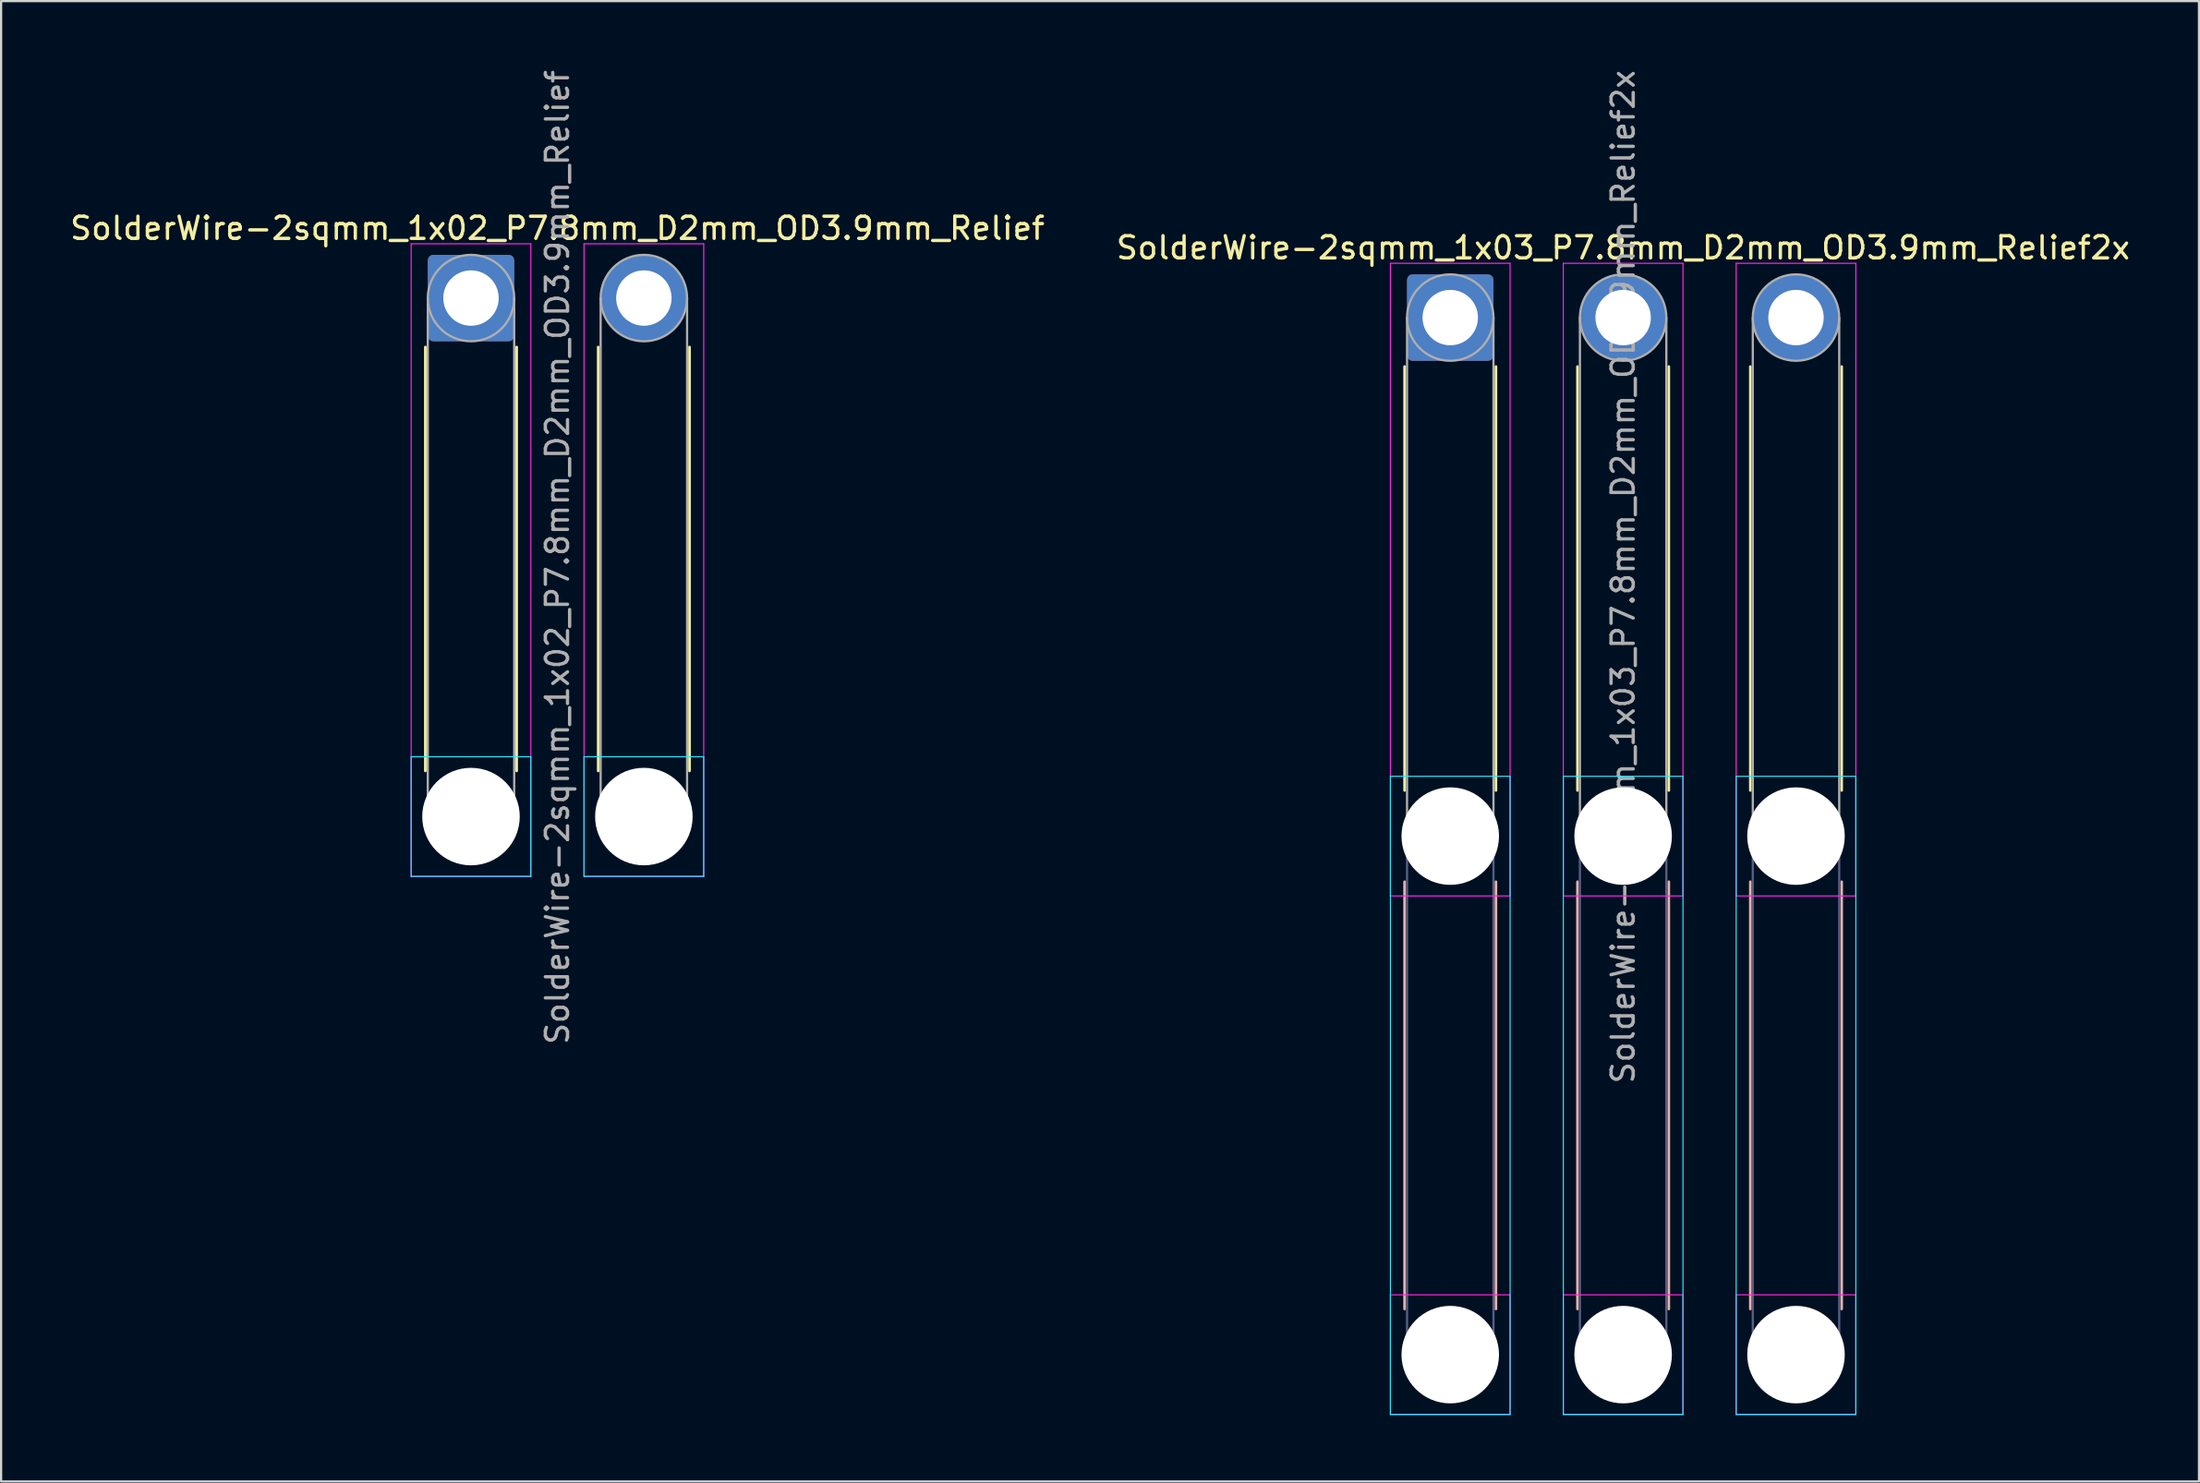
<source format=kicad_pcb>
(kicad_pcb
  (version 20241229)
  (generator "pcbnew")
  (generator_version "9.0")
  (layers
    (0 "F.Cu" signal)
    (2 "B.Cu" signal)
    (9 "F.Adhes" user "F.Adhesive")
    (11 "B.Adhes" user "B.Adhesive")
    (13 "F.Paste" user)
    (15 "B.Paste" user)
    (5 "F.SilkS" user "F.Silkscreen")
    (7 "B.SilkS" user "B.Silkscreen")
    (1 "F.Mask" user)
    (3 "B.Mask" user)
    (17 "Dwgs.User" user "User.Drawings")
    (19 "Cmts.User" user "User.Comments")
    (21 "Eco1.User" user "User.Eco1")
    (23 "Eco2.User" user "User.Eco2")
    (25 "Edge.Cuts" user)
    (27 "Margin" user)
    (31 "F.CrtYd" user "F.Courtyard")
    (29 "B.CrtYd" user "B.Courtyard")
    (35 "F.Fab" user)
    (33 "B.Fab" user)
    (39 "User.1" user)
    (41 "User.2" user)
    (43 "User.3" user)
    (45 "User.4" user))
  (footprint "SolderWire-2sqmm_1x03_P7.8mm_D2mm_OD3.9mm_Relief2x"
    (layer "F.Cu")
    (at 62.385 11.282)
    (property "Reference" "SolderWire-2sqmm_1x03_P7.8mm_D2mm_OD3.9mm_Relief2x" (at 7.8 -3.15 0) (layer "F.SilkS") (effects (font (size 1 1) (thickness 0.15))))
    (attr exclude_from_pos_files exclude_from_bom)
    (fp_line (start -2.06 2.21) (end -2.06 21.34) (stroke (width 0.12) (type solid)) (layer "F.SilkS"))
    (fp_line (start 2.06 2.21) (end 2.06 21.34) (stroke (width 0.12) (type solid)) (layer "F.SilkS"))
    (fp_line (start 5.74 2.21) (end 5.74 21.34) (stroke (width 0.12) (type solid)) (layer "F.SilkS"))
    (fp_line (start 9.86 2.21) (end 9.86 21.34) (stroke (width 0.12) (type solid)) (layer "F.SilkS"))
    (fp_line (start 13.54 2.21) (end 13.54 21.34) (stroke (width 0.12) (type solid)) (layer "F.SilkS"))
    (fp_line (start 17.66 2.21) (end 17.66 21.34) (stroke (width 0.12) (type solid)) (layer "F.SilkS"))
    (fp_line (start -2.06 25.46) (end -2.06 44.74) (stroke (width 0.12) (type solid)) (layer "B.SilkS"))
    (fp_line (start 2.06 25.46) (end 2.06 44.74) (stroke (width 0.12) (type solid)) (layer "B.SilkS"))
    (fp_line (start 5.74 25.46) (end 5.74 44.74) (stroke (width 0.12) (type solid)) (layer "B.SilkS"))
    (fp_line (start 9.86 25.46) (end 9.86 44.74) (stroke (width 0.12) (type solid)) (layer "B.SilkS"))
    (fp_line (start 13.54 25.46) (end 13.54 44.74) (stroke (width 0.12) (type solid)) (layer "B.SilkS"))
    (fp_line (start 17.66 25.46) (end 17.66 44.74) (stroke (width 0.12) (type solid)) (layer "B.SilkS"))
    (fp_line (start -2.7 20.7) (end -2.7 49.5) (stroke (width 0.05) (type solid)) (layer "B.CrtYd"))
    (fp_line (start -2.7 49.5) (end 2.7 49.5) (stroke (width 0.05) (type solid)) (layer "B.CrtYd"))
    (fp_line (start 2.7 20.7) (end -2.7 20.7) (stroke (width 0.05) (type solid)) (layer "B.CrtYd"))
    (fp_line (start 2.7 49.5) (end 2.7 20.7) (stroke (width 0.05) (type solid)) (layer "B.CrtYd"))
    (fp_line (start 5.1 20.7) (end 5.1 49.5) (stroke (width 0.05) (type solid)) (layer "B.CrtYd"))
    (fp_line (start 5.1 49.5) (end 10.5 49.5) (stroke (width 0.05) (type solid)) (layer "B.CrtYd"))
    (fp_line (start 10.5 20.7) (end 5.1 20.7) (stroke (width 0.05) (type solid)) (layer "B.CrtYd"))
    (fp_line (start 10.5 49.5) (end 10.5 20.7) (stroke (width 0.05) (type solid)) (layer "B.CrtYd"))
    (fp_line (start 12.9 20.7) (end 12.9 49.5) (stroke (width 0.05) (type solid)) (layer "B.CrtYd"))
    (fp_line (start 12.9 49.5) (end 18.3 49.5) (stroke (width 0.05) (type solid)) (layer "B.CrtYd"))
    (fp_line (start 18.3 20.7) (end 12.9 20.7) (stroke (width 0.05) (type solid)) (layer "B.CrtYd"))
    (fp_line (start 18.3 49.5) (end 18.3 20.7) (stroke (width 0.05) (type solid)) (layer "B.CrtYd"))
    (fp_line (start -2.7 -2.45) (end -2.7 26.1) (stroke (width 0.05) (type solid)) (layer "F.CrtYd"))
    (fp_line (start -2.7 26.1) (end 2.7 26.1) (stroke (width 0.05) (type solid)) (layer "F.CrtYd"))
    (fp_line (start -2.7 44.1) (end -2.7 49.5) (stroke (width 0.05) (type solid)) (layer "F.CrtYd"))
    (fp_line (start -2.7 49.5) (end 2.7 49.5) (stroke (width 0.05) (type solid)) (layer "F.CrtYd"))
    (fp_line (start 2.7 -2.45) (end -2.7 -2.45) (stroke (width 0.05) (type solid)) (layer "F.CrtYd"))
    (fp_line (start 2.7 26.1) (end 2.7 -2.45) (stroke (width 0.05) (type solid)) (layer "F.CrtYd"))
    (fp_line (start 2.7 44.1) (end -2.7 44.1) (stroke (width 0.05) (type solid)) (layer "F.CrtYd"))
    (fp_line (start 2.7 49.5) (end 2.7 44.1) (stroke (width 0.05) (type solid)) (layer "F.CrtYd"))
    (fp_line (start 5.1 -2.45) (end 5.1 26.1) (stroke (width 0.05) (type solid)) (layer "F.CrtYd"))
    (fp_line (start 5.1 26.1) (end 10.5 26.1) (stroke (width 0.05) (type solid)) (layer "F.CrtYd"))
    (fp_line (start 5.1 44.1) (end 5.1 49.5) (stroke (width 0.05) (type solid)) (layer "F.CrtYd"))
    (fp_line (start 5.1 49.5) (end 10.5 49.5) (stroke (width 0.05) (type solid)) (layer "F.CrtYd"))
    (fp_line (start 10.5 -2.45) (end 5.1 -2.45) (stroke (width 0.05) (type solid)) (layer "F.CrtYd"))
    (fp_line (start 10.5 26.1) (end 10.5 -2.45) (stroke (width 0.05) (type solid)) (layer "F.CrtYd"))
    (fp_line (start 10.5 44.1) (end 5.1 44.1) (stroke (width 0.05) (type solid)) (layer "F.CrtYd"))
    (fp_line (start 10.5 49.5) (end 10.5 44.1) (stroke (width 0.05) (type solid)) (layer "F.CrtYd"))
    (fp_line (start 12.9 -2.45) (end 12.9 26.1) (stroke (width 0.05) (type solid)) (layer "F.CrtYd"))
    (fp_line (start 12.9 26.1) (end 18.3 26.1) (stroke (width 0.05) (type solid)) (layer "F.CrtYd"))
    (fp_line (start 12.9 44.1) (end 12.9 49.5) (stroke (width 0.05) (type solid)) (layer "F.CrtYd"))
    (fp_line (start 12.9 49.5) (end 18.3 49.5) (stroke (width 0.05) (type solid)) (layer "F.CrtYd"))
    (fp_line (start 18.3 -2.45) (end 12.9 -2.45) (stroke (width 0.05) (type solid)) (layer "F.CrtYd"))
    (fp_line (start 18.3 26.1) (end 18.3 -2.45) (stroke (width 0.05) (type solid)) (layer "F.CrtYd"))
    (fp_line (start 18.3 44.1) (end 12.9 44.1) (stroke (width 0.05) (type solid)) (layer "F.CrtYd"))
    (fp_line (start 18.3 49.5) (end 18.3 44.1) (stroke (width 0.05) (type solid)) (layer "F.CrtYd"))
    (fp_line (start -1.95 23.4) (end -1.95 46.8) (stroke (width 0.1) (type solid)) (layer "B.Fab"))
    (fp_line (start 1.95 23.4) (end 1.95 46.8) (stroke (width 0.1) (type solid)) (layer "B.Fab"))
    (fp_line (start 5.85 23.4) (end 5.85 46.8) (stroke (width 0.1) (type solid)) (layer "B.Fab"))
    (fp_line (start 9.75 23.4) (end 9.75 46.8) (stroke (width 0.1) (type solid)) (layer "B.Fab"))
    (fp_line (start 13.65 23.4) (end 13.65 46.8) (stroke (width 0.1) (type solid)) (layer "B.Fab"))
    (fp_line (start 17.55 23.4) (end 17.55 46.8) (stroke (width 0.1) (type solid)) (layer "B.Fab"))
    (fp_circle (center 0 23.4) (end 1.95 23.4) (stroke (width 0.1) (type solid)) (fill no) (layer "B.Fab"))
    (fp_circle (center 0 46.8) (end 1.95 46.8) (stroke (width 0.1) (type solid)) (fill no) (layer "B.Fab"))
    (fp_circle (center 7.8 23.4) (end 9.75 23.4) (stroke (width 0.1) (type solid)) (fill no) (layer "B.Fab"))
    (fp_circle (center 7.8 46.8) (end 9.75 46.8) (stroke (width 0.1) (type solid)) (fill no) (layer "B.Fab"))
    (fp_circle (center 15.6 23.4) (end 17.55 23.4) (stroke (width 0.1) (type solid)) (fill no) (layer "B.Fab"))
    (fp_circle (center 15.6 46.8) (end 17.55 46.8) (stroke (width 0.1) (type solid)) (fill no) (layer "B.Fab"))
    (fp_line (start -1.95 0) (end -1.95 23.4) (stroke (width 0.1) (type solid)) (layer "F.Fab"))
    (fp_line (start 1.95 0) (end 1.95 23.4) (stroke (width 0.1) (type solid)) (layer "F.Fab"))
    (fp_line (start 5.85 0) (end 5.85 23.4) (stroke (width 0.1) (type solid)) (layer "F.Fab"))
    (fp_line (start 9.75 0) (end 9.75 23.4) (stroke (width 0.1) (type solid)) (layer "F.Fab"))
    (fp_line (start 13.65 0) (end 13.65 23.4) (stroke (width 0.1) (type solid)) (layer "F.Fab"))
    (fp_line (start 17.55 0) (end 17.55 23.4) (stroke (width 0.1) (type solid)) (layer "F.Fab"))
    (fp_circle (center 0 0) (end 1.95 0) (stroke (width 0.1) (type solid)) (fill no) (layer "F.Fab"))
    (fp_circle (center 0 23.4) (end 1.95 23.4) (stroke (width 0.1) (type solid)) (fill no) (layer "F.Fab"))
    (fp_circle (center 0 46.8) (end 1.95 46.8) (stroke (width 0.1) (type solid)) (fill no) (layer "F.Fab"))
    (fp_circle (center 7.8 0) (end 9.75 0) (stroke (width 0.1) (type solid)) (fill no) (layer "F.Fab"))
    (fp_circle (center 7.8 23.4) (end 9.75 23.4) (stroke (width 0.1) (type solid)) (fill no) (layer "F.Fab"))
    (fp_circle (center 7.8 46.8) (end 9.75 46.8) (stroke (width 0.1) (type solid)) (fill no) (layer "F.Fab"))
    (fp_circle (center 15.6 0) (end 17.55 0) (stroke (width 0.1) (type solid)) (fill no) (layer "F.Fab"))
    (fp_circle (center 15.6 23.4) (end 17.55 23.4) (stroke (width 0.1) (type solid)) (fill no) (layer "F.Fab"))
    (fp_circle (center 15.6 46.8) (end 17.55 46.8) (stroke (width 0.1) (type solid)) (fill no) (layer "F.Fab"))
    (fp_text user "${REFERENCE}" (at 7.8 11.7 90) (layer "F.Fab") (effects (font (size 1 1) (thickness 0.15))))
    (pad "" np_thru_hole circle (at 0 23.4) (size 4.4 4.4) (drill 4.4) (layers "*.Cu" "*.Mask"))
    (pad "" np_thru_hole circle (at 0 46.8) (size 4.4 4.4) (drill 4.4) (layers "*.Cu" "*.Mask"))
    (pad "" np_thru_hole circle (at 7.8 23.4) (size 4.4 4.4) (drill 4.4) (layers "*.Cu" "*.Mask"))
    (pad "" np_thru_hole circle (at 7.8 46.8) (size 4.4 4.4) (drill 4.4) (layers "*.Cu" "*.Mask"))
    (pad "" np_thru_hole circle (at 15.6 23.4) (size 4.4 4.4) (drill 4.4) (layers "*.Cu" "*.Mask"))
    (pad "" np_thru_hole circle (at 15.6 46.8) (size 4.4 4.4) (drill 4.4) (layers "*.Cu" "*.Mask"))
    (pad "1" thru_hole roundrect (at 0 0) (size 3.9 3.9) (drill 2.5) (layers "*.Cu" "*.Mask") (roundrect_rratio 0.064))
    (pad "2" thru_hole circle (at 7.8 0) (size 3.9 3.9) (drill 2.5) (layers "*.Cu" "*.Mask"))
    (pad "3" thru_hole circle (at 15.6 0) (size 3.9 3.9) (drill 2.5) (layers "*.Cu" "*.Mask")))
  (footprint "SolderWire-2sqmm_1x02_P7.8mm_D2mm_OD3.9mm_Relief"
    (layer "F.Cu")
    (at 18.201 10.401)
    (property "Reference" "SolderWire-2sqmm_1x02_P7.8mm_D2mm_OD3.9mm_Relief" (at 3.9 -3.15 0) (layer "F.SilkS") (effects (font (size 1 1) (thickness 0.15))))
    (attr exclude_from_pos_files exclude_from_bom)
    (fp_line (start -2.06 2.21) (end -2.06 21.34) (stroke (width 0.12) (type solid)) (layer "F.SilkS"))
    (fp_line (start 2.06 2.21) (end 2.06 21.34) (stroke (width 0.12) (type solid)) (layer "F.SilkS"))
    (fp_line (start 5.74 2.21) (end 5.74 21.34) (stroke (width 0.12) (type solid)) (layer "F.SilkS"))
    (fp_line (start 9.86 2.21) (end 9.86 21.34) (stroke (width 0.12) (type solid)) (layer "F.SilkS"))
    (fp_line (start -2.7 20.7) (end -2.7 26.1) (stroke (width 0.05) (type solid)) (layer "B.CrtYd"))
    (fp_line (start -2.7 26.1) (end 2.7 26.1) (stroke (width 0.05) (type solid)) (layer "B.CrtYd"))
    (fp_line (start 2.7 20.7) (end -2.7 20.7) (stroke (width 0.05) (type solid)) (layer "B.CrtYd"))
    (fp_line (start 2.7 26.1) (end 2.7 20.7) (stroke (width 0.05) (type solid)) (layer "B.CrtYd"))
    (fp_line (start 5.1 20.7) (end 5.1 26.1) (stroke (width 0.05) (type solid)) (layer "B.CrtYd"))
    (fp_line (start 5.1 26.1) (end 10.5 26.1) (stroke (width 0.05) (type solid)) (layer "B.CrtYd"))
    (fp_line (start 10.5 20.7) (end 5.1 20.7) (stroke (width 0.05) (type solid)) (layer "B.CrtYd"))
    (fp_line (start 10.5 26.1) (end 10.5 20.7) (stroke (width 0.05) (type solid)) (layer "B.CrtYd"))
    (fp_line (start -2.7 -2.45) (end -2.7 26.1) (stroke (width 0.05) (type solid)) (layer "F.CrtYd"))
    (fp_line (start -2.7 26.1) (end 2.7 26.1) (stroke (width 0.05) (type solid)) (layer "F.CrtYd"))
    (fp_line (start 2.7 -2.45) (end -2.7 -2.45) (stroke (width 0.05) (type solid)) (layer "F.CrtYd"))
    (fp_line (start 2.7 26.1) (end 2.7 -2.45) (stroke (width 0.05) (type solid)) (layer "F.CrtYd"))
    (fp_line (start 5.1 -2.45) (end 5.1 26.1) (stroke (width 0.05) (type solid)) (layer "F.CrtYd"))
    (fp_line (start 5.1 26.1) (end 10.5 26.1) (stroke (width 0.05) (type solid)) (layer "F.CrtYd"))
    (fp_line (start 10.5 -2.45) (end 5.1 -2.45) (stroke (width 0.05) (type solid)) (layer "F.CrtYd"))
    (fp_line (start 10.5 26.1) (end 10.5 -2.45) (stroke (width 0.05) (type solid)) (layer "F.CrtYd"))
    (fp_line (start -1.95 0) (end -1.95 23.4) (stroke (width 0.1) (type solid)) (layer "F.Fab"))
    (fp_line (start 1.95 0) (end 1.95 23.4) (stroke (width 0.1) (type solid)) (layer "F.Fab"))
    (fp_line (start 5.85 0) (end 5.85 23.4) (stroke (width 0.1) (type solid)) (layer "F.Fab"))
    (fp_line (start 9.75 0) (end 9.75 23.4) (stroke (width 0.1) (type solid)) (layer "F.Fab"))
    (fp_circle (center 0 0) (end 1.95 0) (stroke (width 0.1) (type solid)) (fill no) (layer "F.Fab"))
    (fp_circle (center 0 23.4) (end 1.95 23.4) (stroke (width 0.1) (type solid)) (fill no) (layer "F.Fab"))
    (fp_circle (center 7.8 0) (end 9.75 0) (stroke (width 0.1) (type solid)) (fill no) (layer "F.Fab"))
    (fp_circle (center 7.8 23.4) (end 9.75 23.4) (stroke (width 0.1) (type solid)) (fill no) (layer "F.Fab"))
    (fp_text user "${REFERENCE}" (at 3.9 11.7 90) (layer "F.Fab") (effects (font (size 1 1) (thickness 0.15))))
    (pad "" np_thru_hole circle (at 0 23.4) (size 4.4 4.4) (drill 4.4) (layers "*.Cu" "*.Mask"))
    (pad "" np_thru_hole circle (at 7.8 23.4) (size 4.4 4.4) (drill 4.4) (layers "*.Cu" "*.Mask"))
    (pad "1" thru_hole roundrect (at 0 0) (size 3.9 3.9) (drill 2.5) (layers "*.Cu" "*.Mask") (roundrect_rratio 0.064))
    (pad "2" thru_hole circle (at 7.8 0) (size 3.9 3.9) (drill 2.5) (layers "*.Cu" "*.Mask")))
  (gr_rect
    (start -3 -3)
    (end 96.167 63.807)
    (stroke (width 0.1) (type default))
    (fill no)
    (layer "Edge.Cuts")))
</source>
